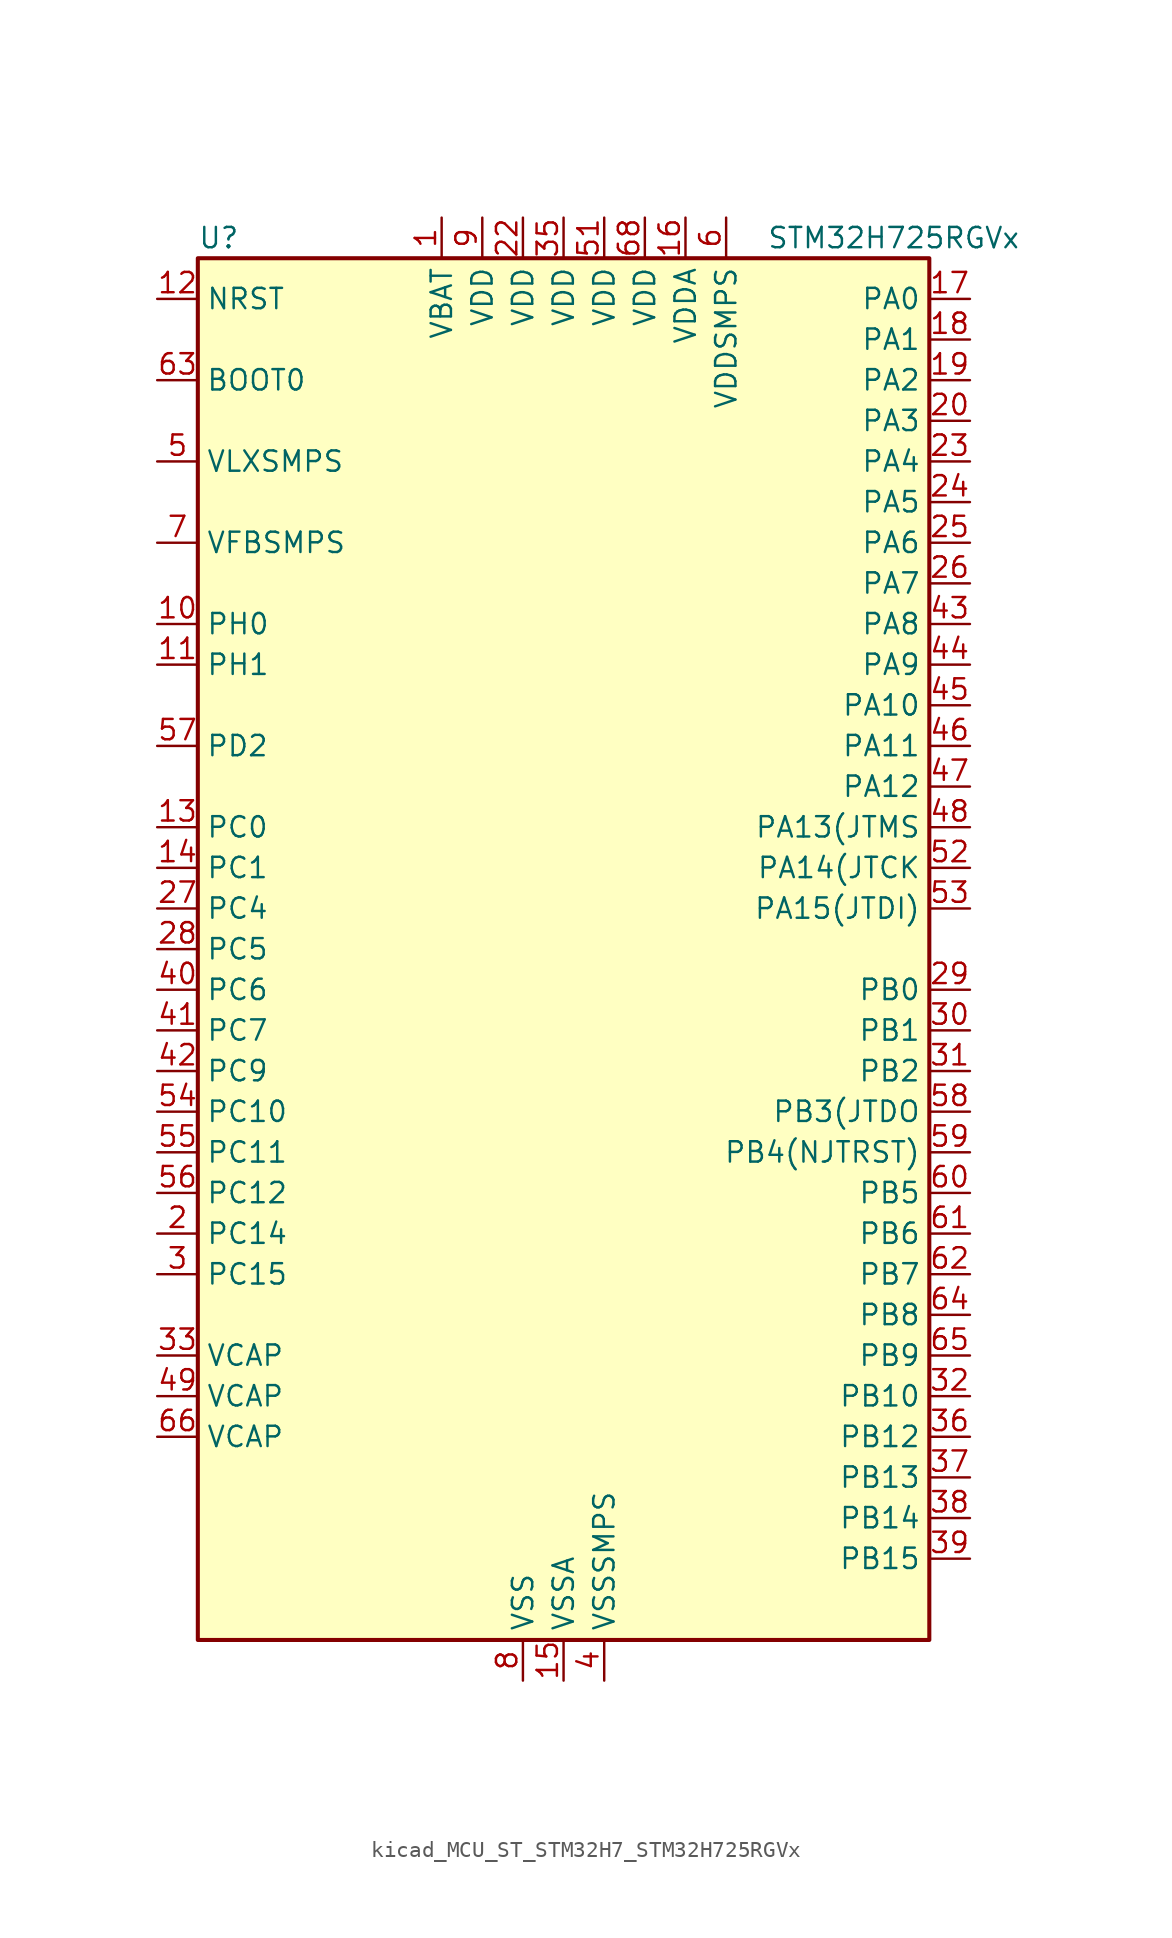
<source format=kicad_sym>
(kicad_symbol_lib
  (version 20220914)
  (generator kicad_symbol_editor)
  (symbol "kicad_MCU_ST_STM32H7_STM32H725RGVx"
    (property "Reference" "U"
      (at -22.86 44.45 0)
      (effects (font (size 1.27 1.27)) (justify left)))
    (property "Value" "STM32H725RGVx"
      (at 12.7 44.45 0)
      (effects (font (size 1.27 1.27)) (justify left)))
    (property "ki_locked" ""
      (at 0 0 0)
      (effects (font (size 1.27 1.27))))
    (symbol "kicad_MCU_ST_STM32H7_STM32H725RGVx_0_1"
      (rectangle (start -22.86 -43.18) (end 22.86 43.18) (stroke (width 0.254) (type default)) (fill (type background))))
    (symbol "kicad_MCU_ST_STM32H7_STM32H725RGVx_1_1"
      (pin power_in line (at -7.62 45.72 270) (length 2.54) (name "VBAT" (effects (font (size 1.27 1.27)))) (number "1" (effects (font (size 1.27 1.27)))))
      (pin bidirectional line (at -25.4 20.32 0) (length 2.54) (name "PH0" (effects (font (size 1.27 1.27)))) (number "10" (effects (font (size 1.27 1.27)))) (alternate "RCC_OSC_IN" bidirectional line))
      (pin bidirectional line (at -25.4 17.78 0) (length 2.54) (name "PH1" (effects (font (size 1.27 1.27)))) (number "11" (effects (font (size 1.27 1.27)))) (alternate "RCC_OSC_OUT" bidirectional line))
      (pin input line (at -25.4 40.64 0) (length 2.54) (name "NRST" (effects (font (size 1.27 1.27)))) (number "12" (effects (font (size 1.27 1.27)))))
      (pin bidirectional line (at -25.4 7.62 0) (length 2.54) (name "PC0" (effects (font (size 1.27 1.27)))) (number "13" (effects (font (size 1.27 1.27)))) (alternate "ADC1_INP10" bidirectional line) (alternate "ADC2_INP10" bidirectional line) (alternate "ADC3_INP10" bidirectional line) (alternate "DFSDM1_CKIN0" bidirectional line) (alternate "DFSDM1_DATIN4" bidirectional line) (alternate "LTDC_G2" bidirectional line) (alternate "LTDC_R5" bidirectional line) (alternate "SAI4_FS_B" bidirectional line) (alternate "USB_OTG_HS_ULPI_STP" bidirectional line))
      (pin bidirectional line (at -25.4 5.08 0) (length 2.54) (name "PC1" (effects (font (size 1.27 1.27)))) (number "14" (effects (font (size 1.27 1.27)))) (alternate "ADC1_INN10" bidirectional line) (alternate "ADC1_INP11" bidirectional line) (alternate "ADC2_INN10" bidirectional line) (alternate "ADC2_INP11" bidirectional line) (alternate "ADC3_INN10" bidirectional line) (alternate "ADC3_INP11" bidirectional line) (alternate "DEBUG_TRACED0" bidirectional line) (alternate "DFSDM1_CKIN4" bidirectional line) (alternate "DFSDM1_DATIN0" bidirectional line) (alternate "I2S2_SDO" bidirectional line) (alternate "LTDC_G5" bidirectional line) (alternate "MDIOS_MDC" bidirectional line) (alternate "OCTOSPIM_P1_IO4" bidirectional line) (alternate "PWR_WKUP6" bidirectional line) (alternate "RTC_TAMP3" bidirectional line) (alternate "SAI4_D1" bidirectional line) (alternate "SAI4_SD_A" bidirectional line) (alternate "SDMMC2_CK" bidirectional line) (alternate "SPI2_MOSI" bidirectional line))
      (pin power_in line (at 0 -45.72 90) (length 2.54) (name "VSSA" (effects (font (size 1.27 1.27)))) (number "15" (effects (font (size 1.27 1.27)))))
      (pin power_in line (at 7.62 45.72 270) (length 2.54) (name "VDDA" (effects (font (size 1.27 1.27)))) (number "16" (effects (font (size 1.27 1.27)))))
      (pin bidirectional line (at 25.4 40.64 180) (length 2.54) (name "PA0" (effects (font (size 1.27 1.27)))) (number "17" (effects (font (size 1.27 1.27)))) (alternate "ADC1_INP16" bidirectional line) (alternate "I2S6_WS" bidirectional line) (alternate "PWR_WKUP1" bidirectional line) (alternate "SAI4_SD_B" bidirectional line) (alternate "SDMMC2_CMD" bidirectional line) (alternate "SPI6_NSS" bidirectional line) (alternate "TIM15_BKIN" bidirectional line) (alternate "TIM2_CH1" bidirectional line) (alternate "TIM2_ETR" bidirectional line) (alternate "TIM5_CH1" bidirectional line) (alternate "TIM8_ETR" bidirectional line) (alternate "UART4_TX" bidirectional line) (alternate "USART2_CTS" bidirectional line) (alternate "USART2_NSS" bidirectional line))
      (pin bidirectional line (at 25.4 38.1 180) (length 2.54) (name "PA1" (effects (font (size 1.27 1.27)))) (number "18" (effects (font (size 1.27 1.27)))) (alternate "ADC1_INN16" bidirectional line) (alternate "ADC1_INP17" bidirectional line) (alternate "LPTIM3_OUT" bidirectional line) (alternate "LTDC_R2" bidirectional line) (alternate "OCTOSPIM_P1_DQS" bidirectional line) (alternate "OCTOSPIM_P1_IO3" bidirectional line) (alternate "SAI4_MCLK_B" bidirectional line) (alternate "TIM15_CH1N" bidirectional line) (alternate "TIM2_CH2" bidirectional line) (alternate "TIM5_CH2" bidirectional line) (alternate "UART4_RX" bidirectional line) (alternate "USART2_DE" bidirectional line) (alternate "USART2_RTS" bidirectional line))
      (pin bidirectional line (at 25.4 35.56 180) (length 2.54) (name "PA2" (effects (font (size 1.27 1.27)))) (number "19" (effects (font (size 1.27 1.27)))) (alternate "ADC1_INP14" bidirectional line) (alternate "ADC2_INP14" bidirectional line) (alternate "LPTIM4_OUT" bidirectional line) (alternate "LTDC_R1" bidirectional line) (alternate "MDIOS_MDIO" bidirectional line) (alternate "OCTOSPIM_P1_IO0" bidirectional line) (alternate "PWR_WKUP2" bidirectional line) (alternate "SAI4_SCK_B" bidirectional line) (alternate "TIM15_CH1" bidirectional line) (alternate "TIM2_CH3" bidirectional line) (alternate "TIM5_CH3" bidirectional line) (alternate "USART2_TX" bidirectional line))
      (pin bidirectional line (at -25.4 -17.78 0) (length 2.54) (name "PC14" (effects (font (size 1.27 1.27)))) (number "2" (effects (font (size 1.27 1.27)))) (alternate "RCC_OSC32_IN" bidirectional line))
      (pin bidirectional line (at 25.4 33.02 180) (length 2.54) (name "PA3" (effects (font (size 1.27 1.27)))) (number "20" (effects (font (size 1.27 1.27)))) (alternate "ADC1_INP15" bidirectional line) (alternate "ADC2_INP15" bidirectional line) (alternate "I2S6_MCK" bidirectional line) (alternate "LPTIM5_OUT" bidirectional line) (alternate "LTDC_B2" bidirectional line) (alternate "LTDC_B5" bidirectional line) (alternate "OCTOSPIM_P1_CLK" bidirectional line) (alternate "OCTOSPIM_P1_IO2" bidirectional line) (alternate "TIM15_CH2" bidirectional line) (alternate "TIM2_CH4" bidirectional line) (alternate "TIM5_CH4" bidirectional line) (alternate "USART2_RX" bidirectional line) (alternate "USB_OTG_HS_ULPI_D0" bidirectional line))
      (pin passive line (at -2.54 -45.72 90) (length 2.54) hide (name "VSS" (effects (font (size 1.27 1.27)))) (number "21" (effects (font (size 1.27 1.27)))))
      (pin power_in line (at -2.54 45.72 270) (length 2.54) (name "VDD" (effects (font (size 1.27 1.27)))) (number "22" (effects (font (size 1.27 1.27)))))
      (pin bidirectional line (at 25.4 30.48 180) (length 2.54) (name "PA4" (effects (font (size 1.27 1.27)))) (number "23" (effects (font (size 1.27 1.27)))) (alternate "ADC1_INP18" bidirectional line) (alternate "ADC2_INP18" bidirectional line) (alternate "DAC1_OUT1" bidirectional line) (alternate "DCMI_HSYNC" bidirectional line) (alternate "I2S1_WS" bidirectional line) (alternate "I2S3_WS" bidirectional line) (alternate "I2S6_WS" bidirectional line) (alternate "LTDC_VSYNC" bidirectional line) (alternate "PSSI_DE" bidirectional line) (alternate "SPI1_NSS" bidirectional line) (alternate "SPI3_NSS" bidirectional line) (alternate "SPI6_NSS" bidirectional line) (alternate "TIM5_ETR" bidirectional line) (alternate "USART2_CK" bidirectional line))
      (pin bidirectional line (at 25.4 27.94 180) (length 2.54) (name "PA5" (effects (font (size 1.27 1.27)))) (number "24" (effects (font (size 1.27 1.27)))) (alternate "ADC1_INN18" bidirectional line) (alternate "ADC1_INP19" bidirectional line) (alternate "ADC2_INN18" bidirectional line) (alternate "ADC2_INP19" bidirectional line) (alternate "DAC1_OUT2" bidirectional line) (alternate "I2S1_CK" bidirectional line) (alternate "I2S6_CK" bidirectional line) (alternate "LTDC_R4" bidirectional line) (alternate "PSSI_D14" bidirectional line) (alternate "PWR_NDSTOP2" bidirectional line) (alternate "SPI1_SCK" bidirectional line) (alternate "SPI6_SCK" bidirectional line) (alternate "TIM2_CH1" bidirectional line) (alternate "TIM2_ETR" bidirectional line) (alternate "TIM8_CH1N" bidirectional line) (alternate "USB_OTG_HS_ULPI_CK" bidirectional line))
      (pin bidirectional line (at 25.4 25.4 180) (length 2.54) (name "PA6" (effects (font (size 1.27 1.27)))) (number "25" (effects (font (size 1.27 1.27)))) (alternate "ADC1_INP3" bidirectional line) (alternate "ADC2_INP3" bidirectional line) (alternate "DCMI_PIXCLK" bidirectional line) (alternate "I2S1_SDI" bidirectional line) (alternate "I2S6_SDI" bidirectional line) (alternate "LTDC_G2" bidirectional line) (alternate "MDIOS_MDC" bidirectional line) (alternate "OCTOSPIM_P1_IO3" bidirectional line) (alternate "PSSI_PDCK" bidirectional line) (alternate "SPI1_MISO" bidirectional line) (alternate "SPI6_MISO" bidirectional line) (alternate "TIM13_CH1" bidirectional line) (alternate "TIM1_BKIN" bidirectional line) (alternate "TIM1_BKIN_COMP1" bidirectional line) (alternate "TIM1_BKIN_COMP2" bidirectional line) (alternate "TIM3_CH1" bidirectional line) (alternate "TIM8_BKIN" bidirectional line) (alternate "TIM8_BKIN_COMP1" bidirectional line) (alternate "TIM8_BKIN_COMP2" bidirectional line))
      (pin bidirectional line (at 25.4 22.86 180) (length 2.54) (name "PA7" (effects (font (size 1.27 1.27)))) (number "26" (effects (font (size 1.27 1.27)))) (alternate "ADC1_INN3" bidirectional line) (alternate "ADC1_INP7" bidirectional line) (alternate "ADC2_INN3" bidirectional line) (alternate "ADC2_INP7" bidirectional line) (alternate "I2S1_SDO" bidirectional line) (alternate "I2S6_SDO" bidirectional line) (alternate "LTDC_VSYNC" bidirectional line) (alternate "OCTOSPIM_P1_IO2" bidirectional line) (alternate "OPAMP1_VINM" bidirectional line) (alternate "SPI1_MOSI" bidirectional line) (alternate "SPI6_MOSI" bidirectional line) (alternate "TIM14_CH1" bidirectional line) (alternate "TIM1_CH1N" bidirectional line) (alternate "TIM3_CH2" bidirectional line) (alternate "TIM8_CH1N" bidirectional line))
      (pin bidirectional line (at -25.4 2.54 0) (length 2.54) (name "PC4" (effects (font (size 1.27 1.27)))) (number "27" (effects (font (size 1.27 1.27)))) (alternate "ADC1_INP4" bidirectional line) (alternate "ADC2_INP4" bidirectional line) (alternate "COMP1_INM" bidirectional line) (alternate "DFSDM1_CKIN2" bidirectional line) (alternate "I2S1_MCK" bidirectional line) (alternate "LTDC_R7" bidirectional line) (alternate "OPAMP1_VOUT" bidirectional line) (alternate "SDMMC2_CKIN" bidirectional line) (alternate "SPDIFRX1_IN2" bidirectional line))
      (pin bidirectional line (at -25.4 0 0) (length 2.54) (name "PC5" (effects (font (size 1.27 1.27)))) (number "28" (effects (font (size 1.27 1.27)))) (alternate "ADC1_INN4" bidirectional line) (alternate "ADC1_INP8" bidirectional line) (alternate "ADC2_INN4" bidirectional line) (alternate "ADC2_INP8" bidirectional line) (alternate "COMP1_OUT" bidirectional line) (alternate "DFSDM1_DATIN2" bidirectional line) (alternate "LTDC_DE" bidirectional line) (alternate "OCTOSPIM_P1_DQS" bidirectional line) (alternate "OPAMP1_VINM" bidirectional line) (alternate "PSSI_D15" bidirectional line) (alternate "SAI4_D3" bidirectional line) (alternate "SPDIFRX1_IN3" bidirectional line))
      (pin bidirectional line (at 25.4 -2.54 180) (length 2.54) (name "PB0" (effects (font (size 1.27 1.27)))) (number "29" (effects (font (size 1.27 1.27)))) (alternate "ADC1_INN5" bidirectional line) (alternate "ADC1_INP9" bidirectional line) (alternate "ADC2_INN5" bidirectional line) (alternate "ADC2_INP9" bidirectional line) (alternate "COMP1_INP" bidirectional line) (alternate "DFSDM1_CKOUT" bidirectional line) (alternate "LTDC_G1" bidirectional line) (alternate "LTDC_R3" bidirectional line) (alternate "OCTOSPIM_P1_IO1" bidirectional line) (alternate "OPAMP1_VINP" bidirectional line) (alternate "TIM1_CH2N" bidirectional line) (alternate "TIM3_CH3" bidirectional line) (alternate "TIM8_CH2N" bidirectional line) (alternate "UART4_CTS" bidirectional line) (alternate "USB_OTG_HS_ULPI_D1" bidirectional line))
      (pin bidirectional line (at -25.4 -20.32 0) (length 2.54) (name "PC15" (effects (font (size 1.27 1.27)))) (number "3" (effects (font (size 1.27 1.27)))) (alternate "ADC1_EXTI15" bidirectional line) (alternate "ADC2_EXTI15" bidirectional line) (alternate "ADC3_EXTI15" bidirectional line) (alternate "RCC_OSC32_OUT" bidirectional line))
      (pin bidirectional line (at 25.4 -5.08 180) (length 2.54) (name "PB1" (effects (font (size 1.27 1.27)))) (number "30" (effects (font (size 1.27 1.27)))) (alternate "ADC1_INP5" bidirectional line) (alternate "ADC2_INP5" bidirectional line) (alternate "COMP1_INM" bidirectional line) (alternate "DFSDM1_DATIN1" bidirectional line) (alternate "LTDC_G0" bidirectional line) (alternate "LTDC_R6" bidirectional line) (alternate "OCTOSPIM_P1_IO0" bidirectional line) (alternate "TIM1_CH3N" bidirectional line) (alternate "TIM3_CH4" bidirectional line) (alternate "TIM8_CH3N" bidirectional line) (alternate "USB_OTG_HS_ULPI_D2" bidirectional line))
      (pin bidirectional line (at 25.4 -7.62 180) (length 2.54) (name "PB2" (effects (font (size 1.27 1.27)))) (number "31" (effects (font (size 1.27 1.27)))) (alternate "COMP1_INP" bidirectional line) (alternate "DFSDM1_CKIN1" bidirectional line) (alternate "I2S3_SDO" bidirectional line) (alternate "OCTOSPIM_P1_CLK" bidirectional line) (alternate "OCTOSPIM_P1_DQS" bidirectional line) (alternate "RTC_OUT_ALARM" bidirectional line) (alternate "RTC_OUT_CALIB" bidirectional line) (alternate "SAI4_D1" bidirectional line) (alternate "SAI4_SD_A" bidirectional line) (alternate "SPI3_MOSI" bidirectional line) (alternate "TIM23_ETR" bidirectional line))
      (pin bidirectional line (at 25.4 -27.94 180) (length 2.54) (name "PB10" (effects (font (size 1.27 1.27)))) (number "32" (effects (font (size 1.27 1.27)))) (alternate "DFSDM1_DATIN7" bidirectional line) (alternate "I2C2_SCL" bidirectional line) (alternate "I2S2_CK" bidirectional line) (alternate "LPTIM2_IN1" bidirectional line) (alternate "LTDC_G4" bidirectional line) (alternate "OCTOSPIM_P1_NCS" bidirectional line) (alternate "SPI2_SCK" bidirectional line) (alternate "TIM2_CH3" bidirectional line) (alternate "USART3_TX" bidirectional line) (alternate "USB_OTG_HS_ULPI_D3" bidirectional line))
      (pin power_out line (at -25.4 -25.4 0) (length 2.54) (name "VCAP" (effects (font (size 1.27 1.27)))) (number "33" (effects (font (size 1.27 1.27)))))
      (pin passive line (at -2.54 -45.72 90) (length 2.54) hide (name "VSS" (effects (font (size 1.27 1.27)))) (number "34" (effects (font (size 1.27 1.27)))))
      (pin power_in line (at 0 45.72 270) (length 2.54) (name "VDD" (effects (font (size 1.27 1.27)))) (number "35" (effects (font (size 1.27 1.27)))))
      (pin bidirectional line (at 25.4 -30.48 180) (length 2.54) (name "PB12" (effects (font (size 1.27 1.27)))) (number "36" (effects (font (size 1.27 1.27)))) (alternate "DFSDM1_DATIN1" bidirectional line) (alternate "FDCAN2_RX" bidirectional line) (alternate "I2C2_SMBA" bidirectional line) (alternate "I2S2_WS" bidirectional line) (alternate "OCTOSPIM_P1_IO0" bidirectional line) (alternate "OCTOSPIM_P1_NCLK" bidirectional line) (alternate "SPI2_NSS" bidirectional line) (alternate "TIM1_BKIN" bidirectional line) (alternate "TIM1_BKIN_COMP1" bidirectional line) (alternate "TIM1_BKIN_COMP2" bidirectional line) (alternate "UART5_RX" bidirectional line) (alternate "USART3_CK" bidirectional line) (alternate "USB_OTG_HS_ULPI_D5" bidirectional line))
      (pin bidirectional line (at 25.4 -33.02 180) (length 2.54) (name "PB13" (effects (font (size 1.27 1.27)))) (number "37" (effects (font (size 1.27 1.27)))) (alternate "DCMI_D2" bidirectional line) (alternate "DFSDM1_CKIN1" bidirectional line) (alternate "FDCAN2_TX" bidirectional line) (alternate "I2S2_CK" bidirectional line) (alternate "LPTIM2_OUT" bidirectional line) (alternate "OCTOSPIM_P1_IO2" bidirectional line) (alternate "PSSI_D2" bidirectional line) (alternate "SDMMC1_D0" bidirectional line) (alternate "SPI2_SCK" bidirectional line) (alternate "TIM1_CH1N" bidirectional line) (alternate "UART5_TX" bidirectional line) (alternate "USART3_CTS" bidirectional line) (alternate "USART3_NSS" bidirectional line) (alternate "USB_OTG_HS_ULPI_D6" bidirectional line))
      (pin bidirectional line (at 25.4 -35.56 180) (length 2.54) (name "PB14" (effects (font (size 1.27 1.27)))) (number "38" (effects (font (size 1.27 1.27)))) (alternate "DFSDM1_DATIN2" bidirectional line) (alternate "I2S2_SDI" bidirectional line) (alternate "LTDC_CLK" bidirectional line) (alternate "SDMMC2_D0" bidirectional line) (alternate "SPI2_MISO" bidirectional line) (alternate "TIM12_CH1" bidirectional line) (alternate "TIM1_CH2N" bidirectional line) (alternate "TIM8_CH2N" bidirectional line) (alternate "UART4_DE" bidirectional line) (alternate "UART4_RTS" bidirectional line) (alternate "USART1_TX" bidirectional line) (alternate "USART3_DE" bidirectional line) (alternate "USART3_RTS" bidirectional line))
      (pin bidirectional line (at 25.4 -38.1 180) (length 2.54) (name "PB15" (effects (font (size 1.27 1.27)))) (number "39" (effects (font (size 1.27 1.27)))) (alternate "ADC1_EXTI15" bidirectional line) (alternate "ADC2_EXTI15" bidirectional line) (alternate "ADC3_EXTI15" bidirectional line) (alternate "DFSDM1_CKIN2" bidirectional line) (alternate "I2S2_SDO" bidirectional line) (alternate "LTDC_G7" bidirectional line) (alternate "RTC_REFIN" bidirectional line) (alternate "SDMMC2_D1" bidirectional line) (alternate "SPI2_MOSI" bidirectional line) (alternate "TIM12_CH2" bidirectional line) (alternate "TIM1_CH3N" bidirectional line) (alternate "TIM8_CH3N" bidirectional line) (alternate "UART4_CTS" bidirectional line) (alternate "USART1_RX" bidirectional line))
      (pin power_in line (at 2.54 -45.72 90) (length 2.54) (name "VSSSMPS" (effects (font (size 1.27 1.27)))) (number "4" (effects (font (size 1.27 1.27)))))
      (pin bidirectional line (at -25.4 -2.54 0) (length 2.54) (name "PC6" (effects (font (size 1.27 1.27)))) (number "40" (effects (font (size 1.27 1.27)))) (alternate "DCMI_D0" bidirectional line) (alternate "DFSDM1_CKIN3" bidirectional line) (alternate "I2S2_MCK" bidirectional line) (alternate "LTDC_HSYNC" bidirectional line) (alternate "PSSI_D0" bidirectional line) (alternate "SDMMC1_D0DIR" bidirectional line) (alternate "SDMMC1_D6" bidirectional line) (alternate "SDMMC2_D6" bidirectional line) (alternate "SWPMI1_IO" bidirectional line) (alternate "TIM3_CH1" bidirectional line) (alternate "TIM8_CH1" bidirectional line))
      (pin bidirectional line (at -25.4 -5.08 0) (length 2.54) (name "PC7" (effects (font (size 1.27 1.27)))) (number "41" (effects (font (size 1.27 1.27)))) (alternate "DCMI_D1" bidirectional line) (alternate "DEBUG_TRGIO" bidirectional line) (alternate "DFSDM1_DATIN3" bidirectional line) (alternate "I2S3_MCK" bidirectional line) (alternate "LTDC_G6" bidirectional line) (alternate "PSSI_D1" bidirectional line) (alternate "SDMMC1_D123DIR" bidirectional line) (alternate "SDMMC1_D7" bidirectional line) (alternate "SDMMC2_D7" bidirectional line) (alternate "SWPMI1_TX" bidirectional line) (alternate "TIM3_CH2" bidirectional line) (alternate "TIM8_CH2" bidirectional line))
      (pin bidirectional line (at -25.4 -7.62 0) (length 2.54) (name "PC9" (effects (font (size 1.27 1.27)))) (number "42" (effects (font (size 1.27 1.27)))) (alternate "DAC1_EXTI9" bidirectional line) (alternate "DCMI_D3" bidirectional line) (alternate "I2C3_SDA" bidirectional line) (alternate "I2S_CKIN" bidirectional line) (alternate "LTDC_B2" bidirectional line) (alternate "LTDC_G3" bidirectional line) (alternate "OCTOSPIM_P1_IO0" bidirectional line) (alternate "PSSI_D3" bidirectional line) (alternate "RCC_MCO_2" bidirectional line) (alternate "SDMMC1_D1" bidirectional line) (alternate "SWPMI1_SUSPEND" bidirectional line) (alternate "TIM3_CH4" bidirectional line) (alternate "TIM8_CH4" bidirectional line) (alternate "UART5_CTS" bidirectional line))
      (pin bidirectional line (at 25.4 20.32 180) (length 2.54) (name "PA8" (effects (font (size 1.27 1.27)))) (number "43" (effects (font (size 1.27 1.27)))) (alternate "I2C3_SCL" bidirectional line) (alternate "LTDC_B3" bidirectional line) (alternate "LTDC_R6" bidirectional line) (alternate "RCC_MCO_1" bidirectional line) (alternate "TIM1_CH1" bidirectional line) (alternate "TIM8_BKIN2" bidirectional line) (alternate "TIM8_BKIN2_COMP1" bidirectional line) (alternate "TIM8_BKIN2_COMP2" bidirectional line) (alternate "UART7_RX" bidirectional line) (alternate "USART1_CK" bidirectional line) (alternate "USB_OTG_HS_SOF" bidirectional line))
      (pin bidirectional line (at 25.4 17.78 180) (length 2.54) (name "PA9" (effects (font (size 1.27 1.27)))) (number "44" (effects (font (size 1.27 1.27)))) (alternate "DAC1_EXTI9" bidirectional line) (alternate "DCMI_D0" bidirectional line) (alternate "I2C3_SMBA" bidirectional line) (alternate "I2S2_CK" bidirectional line) (alternate "LPUART1_TX" bidirectional line) (alternate "LTDC_R5" bidirectional line) (alternate "PSSI_D0" bidirectional line) (alternate "SPI2_SCK" bidirectional line) (alternate "TIM1_CH2" bidirectional line) (alternate "USART1_TX" bidirectional line) (alternate "USB_OTG_HS_VBUS" bidirectional line))
      (pin bidirectional line (at 25.4 15.24 180) (length 2.54) (name "PA10" (effects (font (size 1.27 1.27)))) (number "45" (effects (font (size 1.27 1.27)))) (alternate "DCMI_D1" bidirectional line) (alternate "LPUART1_RX" bidirectional line) (alternate "LTDC_B1" bidirectional line) (alternate "LTDC_B4" bidirectional line) (alternate "MDIOS_MDIO" bidirectional line) (alternate "PSSI_D1" bidirectional line) (alternate "TIM1_CH3" bidirectional line) (alternate "USART1_RX" bidirectional line) (alternate "USB_OTG_HS_ID" bidirectional line))
      (pin bidirectional line (at 25.4 12.7 180) (length 2.54) (name "PA11" (effects (font (size 1.27 1.27)))) (number "46" (effects (font (size 1.27 1.27)))) (alternate "ADC1_EXTI11" bidirectional line) (alternate "ADC2_EXTI11" bidirectional line) (alternate "ADC3_EXTI11" bidirectional line) (alternate "FDCAN1_RX" bidirectional line) (alternate "I2S2_WS" bidirectional line) (alternate "LPUART1_CTS" bidirectional line) (alternate "LTDC_R4" bidirectional line) (alternate "SPI2_NSS" bidirectional line) (alternate "TIM1_CH4" bidirectional line) (alternate "UART4_RX" bidirectional line) (alternate "USART1_CTS" bidirectional line) (alternate "USART1_NSS" bidirectional line) (alternate "USB_OTG_HS_DM" bidirectional line))
      (pin bidirectional line (at 25.4 10.16 180) (length 2.54) (name "PA12" (effects (font (size 1.27 1.27)))) (number "47" (effects (font (size 1.27 1.27)))) (alternate "FDCAN1_TX" bidirectional line) (alternate "I2S2_CK" bidirectional line) (alternate "LPUART1_DE" bidirectional line) (alternate "LPUART1_RTS" bidirectional line) (alternate "LTDC_R5" bidirectional line) (alternate "SAI4_FS_B" bidirectional line) (alternate "SPI2_SCK" bidirectional line) (alternate "TIM1_BKIN2" bidirectional line) (alternate "TIM1_ETR" bidirectional line) (alternate "UART4_TX" bidirectional line) (alternate "USART1_DE" bidirectional line) (alternate "USART1_RTS" bidirectional line) (alternate "USB_OTG_HS_DP" bidirectional line))
      (pin bidirectional line (at 25.4 7.62 180) (length 2.54) (name "PA13(JTMS" (effects (font (size 1.27 1.27)))) (number "48" (effects (font (size 1.27 1.27)))) (alternate "DEBUG_JTMS-SWDIO" bidirectional line))
      (pin power_out line (at -25.4 -27.94 0) (length 2.54) (name "VCAP" (effects (font (size 1.27 1.27)))) (number "49" (effects (font (size 1.27 1.27)))))
      (pin power_in line (at -25.4 30.48 0) (length 2.54) (name "VLXSMPS" (effects (font (size 1.27 1.27)))) (number "5" (effects (font (size 1.27 1.27)))))
      (pin passive line (at -2.54 -45.72 90) (length 2.54) hide (name "VSS" (effects (font (size 1.27 1.27)))) (number "50" (effects (font (size 1.27 1.27)))))
      (pin power_in line (at 2.54 45.72 270) (length 2.54) (name "VDD" (effects (font (size 1.27 1.27)))) (number "51" (effects (font (size 1.27 1.27)))))
      (pin bidirectional line (at 25.4 5.08 180) (length 2.54) (name "PA14(JTCK" (effects (font (size 1.27 1.27)))) (number "52" (effects (font (size 1.27 1.27)))) (alternate "DEBUG_JTCK-SWCLK" bidirectional line))
      (pin bidirectional line (at 25.4 2.54 180) (length 2.54) (name "PA15(JTDI)" (effects (font (size 1.27 1.27)))) (number "53" (effects (font (size 1.27 1.27)))) (alternate "ADC1_EXTI15" bidirectional line) (alternate "ADC2_EXTI15" bidirectional line) (alternate "ADC3_EXTI15" bidirectional line) (alternate "CEC" bidirectional line) (alternate "DEBUG_JTDI" bidirectional line) (alternate "I2S1_WS" bidirectional line) (alternate "I2S3_WS" bidirectional line) (alternate "I2S6_WS" bidirectional line) (alternate "LTDC_B6" bidirectional line) (alternate "LTDC_R3" bidirectional line) (alternate "SPI1_NSS" bidirectional line) (alternate "SPI3_NSS" bidirectional line) (alternate "SPI6_NSS" bidirectional line) (alternate "TIM2_CH1" bidirectional line) (alternate "TIM2_ETR" bidirectional line) (alternate "UART4_DE" bidirectional line) (alternate "UART4_RTS" bidirectional line) (alternate "UART7_TX" bidirectional line))
      (pin bidirectional line (at -25.4 -10.16 0) (length 2.54) (name "PC10" (effects (font (size 1.27 1.27)))) (number "54" (effects (font (size 1.27 1.27)))) (alternate "DCMI_D8" bidirectional line) (alternate "DFSDM1_CKIN5" bidirectional line) (alternate "I2S3_CK" bidirectional line) (alternate "LTDC_B1" bidirectional line) (alternate "LTDC_R2" bidirectional line) (alternate "OCTOSPIM_P1_IO1" bidirectional line) (alternate "PSSI_D8" bidirectional line) (alternate "SDMMC1_D2" bidirectional line) (alternate "SPI3_SCK" bidirectional line) (alternate "SWPMI1_RX" bidirectional line) (alternate "UART4_TX" bidirectional line) (alternate "USART3_TX" bidirectional line))
      (pin bidirectional line (at -25.4 -12.7 0) (length 2.54) (name "PC11" (effects (font (size 1.27 1.27)))) (number "55" (effects (font (size 1.27 1.27)))) (alternate "ADC1_EXTI11" bidirectional line) (alternate "ADC2_EXTI11" bidirectional line) (alternate "ADC3_EXTI11" bidirectional line) (alternate "DCMI_D4" bidirectional line) (alternate "DFSDM1_DATIN5" bidirectional line) (alternate "I2S3_SDI" bidirectional line) (alternate "LTDC_B4" bidirectional line) (alternate "OCTOSPIM_P1_NCS" bidirectional line) (alternate "PSSI_D4" bidirectional line) (alternate "SDMMC1_D3" bidirectional line) (alternate "SPI3_MISO" bidirectional line) (alternate "UART4_RX" bidirectional line) (alternate "USART3_RX" bidirectional line))
      (pin bidirectional line (at -25.4 -15.24 0) (length 2.54) (name "PC12" (effects (font (size 1.27 1.27)))) (number "56" (effects (font (size 1.27 1.27)))) (alternate "DCMI_D9" bidirectional line) (alternate "DEBUG_TRACED3" bidirectional line) (alternate "I2S3_SDO" bidirectional line) (alternate "I2S6_CK" bidirectional line) (alternate "LTDC_R6" bidirectional line) (alternate "PSSI_D9" bidirectional line) (alternate "SDMMC1_CK" bidirectional line) (alternate "SPI3_MOSI" bidirectional line) (alternate "SPI6_SCK" bidirectional line) (alternate "TIM15_CH1" bidirectional line) (alternate "UART5_TX" bidirectional line) (alternate "USART3_CK" bidirectional line))
      (pin bidirectional line (at -25.4 12.7 0) (length 2.54) (name "PD2" (effects (font (size 1.27 1.27)))) (number "57" (effects (font (size 1.27 1.27)))) (alternate "DCMI_D11" bidirectional line) (alternate "DEBUG_TRACED2" bidirectional line) (alternate "LTDC_B2" bidirectional line) (alternate "LTDC_B7" bidirectional line) (alternate "PSSI_D11" bidirectional line) (alternate "SDMMC1_CMD" bidirectional line) (alternate "TIM15_BKIN" bidirectional line) (alternate "TIM3_ETR" bidirectional line) (alternate "UART5_RX" bidirectional line))
      (pin bidirectional line (at 25.4 -10.16 180) (length 2.54) (name "PB3(JTDO" (effects (font (size 1.27 1.27)))) (number "58" (effects (font (size 1.27 1.27)))) (alternate "CRS_SYNC" bidirectional line) (alternate "DEBUG_JTDO-SWO" bidirectional line) (alternate "I2S1_CK" bidirectional line) (alternate "I2S3_CK" bidirectional line) (alternate "I2S6_CK" bidirectional line) (alternate "SDMMC2_D2" bidirectional line) (alternate "SPI1_SCK" bidirectional line) (alternate "SPI3_SCK" bidirectional line) (alternate "SPI6_SCK" bidirectional line) (alternate "TIM24_ETR" bidirectional line) (alternate "TIM2_CH2" bidirectional line) (alternate "UART7_RX" bidirectional line))
      (pin bidirectional line (at 25.4 -12.7 180) (length 2.54) (name "PB4(NJTRST)" (effects (font (size 1.27 1.27)))) (number "59" (effects (font (size 1.27 1.27)))) (alternate "DEBUG_JTRST" bidirectional line) (alternate "I2S1_SDI" bidirectional line) (alternate "I2S2_WS" bidirectional line) (alternate "I2S3_SDI" bidirectional line) (alternate "I2S6_SDI" bidirectional line) (alternate "SDMMC2_D3" bidirectional line) (alternate "SPI1_MISO" bidirectional line) (alternate "SPI2_NSS" bidirectional line) (alternate "SPI3_MISO" bidirectional line) (alternate "SPI6_MISO" bidirectional line) (alternate "TIM16_BKIN" bidirectional line) (alternate "TIM3_CH1" bidirectional line) (alternate "UART7_TX" bidirectional line))
      (pin power_in line (at 10.16 45.72 270) (length 2.54) (name "VDDSMPS" (effects (font (size 1.27 1.27)))) (number "6" (effects (font (size 1.27 1.27)))))
      (pin bidirectional line (at 25.4 -15.24 180) (length 2.54) (name "PB5" (effects (font (size 1.27 1.27)))) (number "60" (effects (font (size 1.27 1.27)))) (alternate "DCMI_D10" bidirectional line) (alternate "FDCAN2_RX" bidirectional line) (alternate "I2C1_SMBA" bidirectional line) (alternate "I2C4_SMBA" bidirectional line) (alternate "I2S1_SDO" bidirectional line) (alternate "I2S3_SDO" bidirectional line) (alternate "I2S6_SDO" bidirectional line) (alternate "LTDC_B5" bidirectional line) (alternate "PSSI_D10" bidirectional line) (alternate "SPI1_MOSI" bidirectional line) (alternate "SPI3_MOSI" bidirectional line) (alternate "SPI6_MOSI" bidirectional line) (alternate "TIM17_BKIN" bidirectional line) (alternate "TIM3_CH2" bidirectional line) (alternate "UART5_RX" bidirectional line) (alternate "USB_OTG_HS_ULPI_D7" bidirectional line))
      (pin bidirectional line (at 25.4 -17.78 180) (length 2.54) (name "PB6" (effects (font (size 1.27 1.27)))) (number "61" (effects (font (size 1.27 1.27)))) (alternate "CEC" bidirectional line) (alternate "DCMI_D5" bidirectional line) (alternate "DFSDM1_DATIN5" bidirectional line) (alternate "FDCAN2_TX" bidirectional line) (alternate "I2C1_SCL" bidirectional line) (alternate "I2C4_SCL" bidirectional line) (alternate "LPUART1_TX" bidirectional line) (alternate "OCTOSPIM_P1_NCS" bidirectional line) (alternate "PSSI_D5" bidirectional line) (alternate "TIM16_CH1N" bidirectional line) (alternate "TIM4_CH1" bidirectional line) (alternate "UART5_TX" bidirectional line) (alternate "USART1_TX" bidirectional line))
      (pin bidirectional line (at 25.4 -20.32 180) (length 2.54) (name "PB7" (effects (font (size 1.27 1.27)))) (number "62" (effects (font (size 1.27 1.27)))) (alternate "DCMI_VSYNC" bidirectional line) (alternate "DFSDM1_CKIN5" bidirectional line) (alternate "I2C1_SDA" bidirectional line) (alternate "I2C4_SDA" bidirectional line) (alternate "LPUART1_RX" bidirectional line) (alternate "PSSI_RDY" bidirectional line) (alternate "PWR_PVD_IN" bidirectional line) (alternate "TIM17_CH1N" bidirectional line) (alternate "TIM4_CH2" bidirectional line) (alternate "USART1_RX" bidirectional line))
      (pin input line (at -25.4 35.56 0) (length 2.54) (name "BOOT0" (effects (font (size 1.27 1.27)))) (number "63" (effects (font (size 1.27 1.27)))))
      (pin bidirectional line (at 25.4 -22.86 180) (length 2.54) (name "PB8" (effects (font (size 1.27 1.27)))) (number "64" (effects (font (size 1.27 1.27)))) (alternate "DCMI_D6" bidirectional line) (alternate "DFSDM1_CKIN7" bidirectional line) (alternate "FDCAN1_RX" bidirectional line) (alternate "I2C1_SCL" bidirectional line) (alternate "I2C4_SCL" bidirectional line) (alternate "LTDC_B6" bidirectional line) (alternate "PSSI_D6" bidirectional line) (alternate "SDMMC1_CKIN" bidirectional line) (alternate "SDMMC1_D4" bidirectional line) (alternate "SDMMC2_D4" bidirectional line) (alternate "TIM16_CH1" bidirectional line) (alternate "TIM4_CH3" bidirectional line) (alternate "UART4_RX" bidirectional line))
      (pin bidirectional line (at 25.4 -25.4 180) (length 2.54) (name "PB9" (effects (font (size 1.27 1.27)))) (number "65" (effects (font (size 1.27 1.27)))) (alternate "DAC1_EXTI9" bidirectional line) (alternate "DCMI_D7" bidirectional line) (alternate "DFSDM1_DATIN7" bidirectional line) (alternate "FDCAN1_TX" bidirectional line) (alternate "I2C1_SDA" bidirectional line) (alternate "I2C4_SDA" bidirectional line) (alternate "I2C4_SMBA" bidirectional line) (alternate "I2S2_WS" bidirectional line) (alternate "LTDC_B7" bidirectional line) (alternate "PSSI_D7" bidirectional line) (alternate "SDMMC1_CDIR" bidirectional line) (alternate "SDMMC1_D5" bidirectional line) (alternate "SDMMC2_D5" bidirectional line) (alternate "SPI2_NSS" bidirectional line) (alternate "TIM17_CH1" bidirectional line) (alternate "TIM4_CH4" bidirectional line) (alternate "UART4_TX" bidirectional line))
      (pin power_out line (at -25.4 -30.48 0) (length 2.54) (name "VCAP" (effects (font (size 1.27 1.27)))) (number "66" (effects (font (size 1.27 1.27)))))
      (pin passive line (at -2.54 -45.72 90) (length 2.54) hide (name "VSS" (effects (font (size 1.27 1.27)))) (number "67" (effects (font (size 1.27 1.27)))))
      (pin power_in line (at 5.08 45.72 270) (length 2.54) (name "VDD" (effects (font (size 1.27 1.27)))) (number "68" (effects (font (size 1.27 1.27)))))
      (pin passive line (at -2.54 -45.72 90) (length 2.54) hide (name "VSS" (effects (font (size 1.27 1.27)))) (number "69" (effects (font (size 1.27 1.27)))))
      (pin input line (at -25.4 25.4 0) (length 2.54) (name "VFBSMPS" (effects (font (size 1.27 1.27)))) (number "7" (effects (font (size 1.27 1.27)))))
      (pin power_in line (at -2.54 -45.72 90) (length 2.54) (name "VSS" (effects (font (size 1.27 1.27)))) (number "8" (effects (font (size 1.27 1.27)))))
      (pin power_in line (at -5.08 45.72 270) (length 2.54) (name "VDD" (effects (font (size 1.27 1.27)))) (number "9" (effects (font (size 1.27 1.27))))))))
</source>
